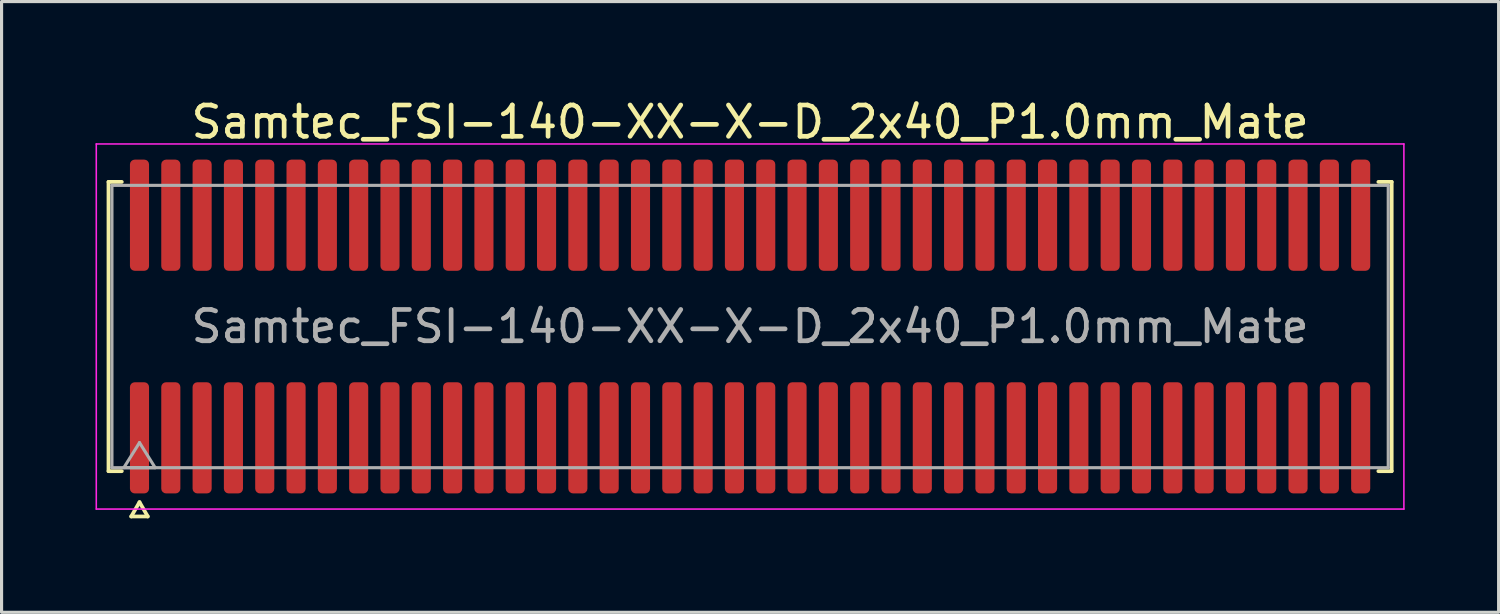
<source format=kicad_pcb>
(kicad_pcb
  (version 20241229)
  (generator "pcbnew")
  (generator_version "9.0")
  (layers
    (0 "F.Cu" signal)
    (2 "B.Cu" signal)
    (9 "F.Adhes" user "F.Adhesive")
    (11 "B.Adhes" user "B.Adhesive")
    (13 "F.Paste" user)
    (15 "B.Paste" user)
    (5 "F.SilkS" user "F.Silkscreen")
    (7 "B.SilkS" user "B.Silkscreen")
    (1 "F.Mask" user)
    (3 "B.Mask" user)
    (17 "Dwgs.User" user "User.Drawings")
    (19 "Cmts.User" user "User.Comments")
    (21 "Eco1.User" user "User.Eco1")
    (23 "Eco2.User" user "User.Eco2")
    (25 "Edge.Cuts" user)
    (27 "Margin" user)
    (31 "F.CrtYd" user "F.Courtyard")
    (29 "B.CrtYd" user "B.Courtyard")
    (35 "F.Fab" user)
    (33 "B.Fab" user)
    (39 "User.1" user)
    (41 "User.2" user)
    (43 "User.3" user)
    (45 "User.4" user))
  (footprint "Samtec_FSI-140-XX-X-D_2x40_P1.0mm_Mate"
    (layer "F.Cu")
    (at 20.905 7.378)
    (property "Reference" "Samtec_FSI-140-XX-X-D_2x40_P1.0mm_Mate" (at 0 -6.53 0) (layer "F.SilkS") (effects (font (size 1 1) (thickness 0.15))))
    (attr smd exclude_from_pos_files exclude_from_bom)
    (fp_line (start -20.49 -4.619) (end -20.065 -4.619) (stroke (width 0.12) (type solid)) (layer "F.SilkS"))
    (fp_line (start -20.49 4.619) (end -20.49 -4.619) (stroke (width 0.12) (type solid)) (layer "F.SilkS"))
    (fp_line (start -20.065 4.619) (end -20.49 4.619) (stroke (width 0.12) (type solid)) (layer "F.SilkS"))
    (fp_line (start -19.764 6.066) (end -19.5 5.609) (stroke (width 0.12) (type solid)) (layer "F.SilkS"))
    (fp_line (start -19.5 5.609) (end -19.236 6.066) (stroke (width 0.12) (type solid)) (layer "F.SilkS"))
    (fp_line (start -19.236 6.066) (end -19.764 6.066) (stroke (width 0.12) (type solid)) (layer "F.SilkS"))
    (fp_line (start 20.065 -4.619) (end 20.49 -4.619) (stroke (width 0.12) (type solid)) (layer "F.SilkS"))
    (fp_line (start 20.49 -4.619) (end 20.49 4.619) (stroke (width 0.12) (type solid)) (layer "F.SilkS"))
    (fp_line (start 20.49 4.619) (end 20.065 4.619) (stroke (width 0.12) (type solid)) (layer "F.SilkS"))
    (fp_line (start -20.88 -5.83) (end -20.88 5.83) (stroke (width 0.05) (type solid)) (layer "F.CrtYd"))
    (fp_line (start -20.88 5.83) (end 20.88 5.83) (stroke (width 0.05) (type solid)) (layer "F.CrtYd"))
    (fp_line (start 20.88 -5.83) (end -20.88 -5.83) (stroke (width 0.05) (type solid)) (layer "F.CrtYd"))
    (fp_line (start 20.88 5.83) (end 20.88 -5.83) (stroke (width 0.05) (type solid)) (layer "F.CrtYd"))
    (fp_line (start -20.38 -4.508) (end 20.38 -4.508) (stroke (width 0.1) (type solid)) (layer "F.Fab"))
    (fp_line (start -20.38 4.508) (end -20.38 -4.508) (stroke (width 0.1) (type solid)) (layer "F.Fab"))
    (fp_line (start -20 4.508) (end -19.5 3.708) (stroke (width 0.1) (type solid)) (layer "F.Fab"))
    (fp_line (start -19.5 3.708) (end -19 4.508) (stroke (width 0.1) (type solid)) (layer "F.Fab"))
    (fp_line (start -19 4.508) (end -20 4.508) (stroke (width 0.1) (type solid)) (layer "F.Fab"))
    (fp_line (start 20.38 -4.508) (end 20.38 4.508) (stroke (width 0.1) (type solid)) (layer "F.Fab"))
    (fp_line (start 20.38 4.508) (end -20.38 4.508) (stroke (width 0.1) (type solid)) (layer "F.Fab"))
    (fp_text user "${REFERENCE}" (at 0 0 0) (layer "F.Fab") (effects (font (size 1 1) (thickness 0.15))))
    (pad "1" smd roundrect (at -19.5 3.555) (size 0.61 3.55) (layers "F.Cu" "F.Mask") (roundrect_rratio 0.25))
    (pad "2" smd roundrect (at -19.5 -3.555) (size 0.61 3.55) (layers "F.Cu" "F.Mask") (roundrect_rratio 0.25))
    (pad "3" smd roundrect (at -18.5 3.555) (size 0.61 3.55) (layers "F.Cu" "F.Mask") (roundrect_rratio 0.25))
    (pad "4" smd roundrect (at -18.5 -3.555) (size 0.61 3.55) (layers "F.Cu" "F.Mask") (roundrect_rratio 0.25))
    (pad "5" smd roundrect (at -17.5 3.555) (size 0.61 3.55) (layers "F.Cu" "F.Mask") (roundrect_rratio 0.25))
    (pad "6" smd roundrect (at -17.5 -3.555) (size 0.61 3.55) (layers "F.Cu" "F.Mask") (roundrect_rratio 0.25))
    (pad "7" smd roundrect (at -16.5 3.555) (size 0.61 3.55) (layers "F.Cu" "F.Mask") (roundrect_rratio 0.25))
    (pad "8" smd roundrect (at -16.5 -3.555) (size 0.61 3.55) (layers "F.Cu" "F.Mask") (roundrect_rratio 0.25))
    (pad "9" smd roundrect (at -15.5 3.555) (size 0.61 3.55) (layers "F.Cu" "F.Mask") (roundrect_rratio 0.25))
    (pad "10" smd roundrect (at -15.5 -3.555) (size 0.61 3.55) (layers "F.Cu" "F.Mask") (roundrect_rratio 0.25))
    (pad "11" smd roundrect (at -14.5 3.555) (size 0.61 3.55) (layers "F.Cu" "F.Mask") (roundrect_rratio 0.25))
    (pad "12" smd roundrect (at -14.5 -3.555) (size 0.61 3.55) (layers "F.Cu" "F.Mask") (roundrect_rratio 0.25))
    (pad "13" smd roundrect (at -13.5 3.555) (size 0.61 3.55) (layers "F.Cu" "F.Mask") (roundrect_rratio 0.25))
    (pad "14" smd roundrect (at -13.5 -3.555) (size 0.61 3.55) (layers "F.Cu" "F.Mask") (roundrect_rratio 0.25))
    (pad "15" smd roundrect (at -12.5 3.555) (size 0.61 3.55) (layers "F.Cu" "F.Mask") (roundrect_rratio 0.25))
    (pad "16" smd roundrect (at -12.5 -3.555) (size 0.61 3.55) (layers "F.Cu" "F.Mask") (roundrect_rratio 0.25))
    (pad "17" smd roundrect (at -11.5 3.555) (size 0.61 3.55) (layers "F.Cu" "F.Mask") (roundrect_rratio 0.25))
    (pad "18" smd roundrect (at -11.5 -3.555) (size 0.61 3.55) (layers "F.Cu" "F.Mask") (roundrect_rratio 0.25))
    (pad "19" smd roundrect (at -10.5 3.555) (size 0.61 3.55) (layers "F.Cu" "F.Mask") (roundrect_rratio 0.25))
    (pad "20" smd roundrect (at -10.5 -3.555) (size 0.61 3.55) (layers "F.Cu" "F.Mask") (roundrect_rratio 0.25))
    (pad "21" smd roundrect (at -9.5 3.555) (size 0.61 3.55) (layers "F.Cu" "F.Mask") (roundrect_rratio 0.25))
    (pad "22" smd roundrect (at -9.5 -3.555) (size 0.61 3.55) (layers "F.Cu" "F.Mask") (roundrect_rratio 0.25))
    (pad "23" smd roundrect (at -8.5 3.555) (size 0.61 3.55) (layers "F.Cu" "F.Mask") (roundrect_rratio 0.25))
    (pad "24" smd roundrect (at -8.5 -3.555) (size 0.61 3.55) (layers "F.Cu" "F.Mask") (roundrect_rratio 0.25))
    (pad "25" smd roundrect (at -7.5 3.555) (size 0.61 3.55) (layers "F.Cu" "F.Mask") (roundrect_rratio 0.25))
    (pad "26" smd roundrect (at -7.5 -3.555) (size 0.61 3.55) (layers "F.Cu" "F.Mask") (roundrect_rratio 0.25))
    (pad "27" smd roundrect (at -6.5 3.555) (size 0.61 3.55) (layers "F.Cu" "F.Mask") (roundrect_rratio 0.25))
    (pad "28" smd roundrect (at -6.5 -3.555) (size 0.61 3.55) (layers "F.Cu" "F.Mask") (roundrect_rratio 0.25))
    (pad "29" smd roundrect (at -5.5 3.555) (size 0.61 3.55) (layers "F.Cu" "F.Mask") (roundrect_rratio 0.25))
    (pad "30" smd roundrect (at -5.5 -3.555) (size 0.61 3.55) (layers "F.Cu" "F.Mask") (roundrect_rratio 0.25))
    (pad "31" smd roundrect (at -4.5 3.555) (size 0.61 3.55) (layers "F.Cu" "F.Mask") (roundrect_rratio 0.25))
    (pad "32" smd roundrect (at -4.5 -3.555) (size 0.61 3.55) (layers "F.Cu" "F.Mask") (roundrect_rratio 0.25))
    (pad "33" smd roundrect (at -3.5 3.555) (size 0.61 3.55) (layers "F.Cu" "F.Mask") (roundrect_rratio 0.25))
    (pad "34" smd roundrect (at -3.5 -3.555) (size 0.61 3.55) (layers "F.Cu" "F.Mask") (roundrect_rratio 0.25))
    (pad "35" smd roundrect (at -2.5 3.555) (size 0.61 3.55) (layers "F.Cu" "F.Mask") (roundrect_rratio 0.25))
    (pad "36" smd roundrect (at -2.5 -3.555) (size 0.61 3.55) (layers "F.Cu" "F.Mask") (roundrect_rratio 0.25))
    (pad "37" smd roundrect (at -1.5 3.555) (size 0.61 3.55) (layers "F.Cu" "F.Mask") (roundrect_rratio 0.25))
    (pad "38" smd roundrect (at -1.5 -3.555) (size 0.61 3.55) (layers "F.Cu" "F.Mask") (roundrect_rratio 0.25))
    (pad "39" smd roundrect (at -0.5 3.555) (size 0.61 3.55) (layers "F.Cu" "F.Mask") (roundrect_rratio 0.25))
    (pad "40" smd roundrect (at -0.5 -3.555) (size 0.61 3.55) (layers "F.Cu" "F.Mask") (roundrect_rratio 0.25))
    (pad "41" smd roundrect (at 0.5 3.555) (size 0.61 3.55) (layers "F.Cu" "F.Mask") (roundrect_rratio 0.25))
    (pad "42" smd roundrect (at 0.5 -3.555) (size 0.61 3.55) (layers "F.Cu" "F.Mask") (roundrect_rratio 0.25))
    (pad "43" smd roundrect (at 1.5 3.555) (size 0.61 3.55) (layers "F.Cu" "F.Mask") (roundrect_rratio 0.25))
    (pad "44" smd roundrect (at 1.5 -3.555) (size 0.61 3.55) (layers "F.Cu" "F.Mask") (roundrect_rratio 0.25))
    (pad "45" smd roundrect (at 2.5 3.555) (size 0.61 3.55) (layers "F.Cu" "F.Mask") (roundrect_rratio 0.25))
    (pad "46" smd roundrect (at 2.5 -3.555) (size 0.61 3.55) (layers "F.Cu" "F.Mask") (roundrect_rratio 0.25))
    (pad "47" smd roundrect (at 3.5 3.555) (size 0.61 3.55) (layers "F.Cu" "F.Mask") (roundrect_rratio 0.25))
    (pad "48" smd roundrect (at 3.5 -3.555) (size 0.61 3.55) (layers "F.Cu" "F.Mask") (roundrect_rratio 0.25))
    (pad "49" smd roundrect (at 4.5 3.555) (size 0.61 3.55) (layers "F.Cu" "F.Mask") (roundrect_rratio 0.25))
    (pad "50" smd roundrect (at 4.5 -3.555) (size 0.61 3.55) (layers "F.Cu" "F.Mask") (roundrect_rratio 0.25))
    (pad "51" smd roundrect (at 5.5 3.555) (size 0.61 3.55) (layers "F.Cu" "F.Mask") (roundrect_rratio 0.25))
    (pad "52" smd roundrect (at 5.5 -3.555) (size 0.61 3.55) (layers "F.Cu" "F.Mask") (roundrect_rratio 0.25))
    (pad "53" smd roundrect (at 6.5 3.555) (size 0.61 3.55) (layers "F.Cu" "F.Mask") (roundrect_rratio 0.25))
    (pad "54" smd roundrect (at 6.5 -3.555) (size 0.61 3.55) (layers "F.Cu" "F.Mask") (roundrect_rratio 0.25))
    (pad "55" smd roundrect (at 7.5 3.555) (size 0.61 3.55) (layers "F.Cu" "F.Mask") (roundrect_rratio 0.25))
    (pad "56" smd roundrect (at 7.5 -3.555) (size 0.61 3.55) (layers "F.Cu" "F.Mask") (roundrect_rratio 0.25))
    (pad "57" smd roundrect (at 8.5 3.555) (size 0.61 3.55) (layers "F.Cu" "F.Mask") (roundrect_rratio 0.25))
    (pad "58" smd roundrect (at 8.5 -3.555) (size 0.61 3.55) (layers "F.Cu" "F.Mask") (roundrect_rratio 0.25))
    (pad "59" smd roundrect (at 9.5 3.555) (size 0.61 3.55) (layers "F.Cu" "F.Mask") (roundrect_rratio 0.25))
    (pad "60" smd roundrect (at 9.5 -3.555) (size 0.61 3.55) (layers "F.Cu" "F.Mask") (roundrect_rratio 0.25))
    (pad "61" smd roundrect (at 10.5 3.555) (size 0.61 3.55) (layers "F.Cu" "F.Mask") (roundrect_rratio 0.25))
    (pad "62" smd roundrect (at 10.5 -3.555) (size 0.61 3.55) (layers "F.Cu" "F.Mask") (roundrect_rratio 0.25))
    (pad "63" smd roundrect (at 11.5 3.555) (size 0.61 3.55) (layers "F.Cu" "F.Mask") (roundrect_rratio 0.25))
    (pad "64" smd roundrect (at 11.5 -3.555) (size 0.61 3.55) (layers "F.Cu" "F.Mask") (roundrect_rratio 0.25))
    (pad "65" smd roundrect (at 12.5 3.555) (size 0.61 3.55) (layers "F.Cu" "F.Mask") (roundrect_rratio 0.25))
    (pad "66" smd roundrect (at 12.5 -3.555) (size 0.61 3.55) (layers "F.Cu" "F.Mask") (roundrect_rratio 0.25))
    (pad "67" smd roundrect (at 13.5 3.555) (size 0.61 3.55) (layers "F.Cu" "F.Mask") (roundrect_rratio 0.25))
    (pad "68" smd roundrect (at 13.5 -3.555) (size 0.61 3.55) (layers "F.Cu" "F.Mask") (roundrect_rratio 0.25))
    (pad "69" smd roundrect (at 14.5 3.555) (size 0.61 3.55) (layers "F.Cu" "F.Mask") (roundrect_rratio 0.25))
    (pad "70" smd roundrect (at 14.5 -3.555) (size 0.61 3.55) (layers "F.Cu" "F.Mask") (roundrect_rratio 0.25))
    (pad "71" smd roundrect (at 15.5 3.555) (size 0.61 3.55) (layers "F.Cu" "F.Mask") (roundrect_rratio 0.25))
    (pad "72" smd roundrect (at 15.5 -3.555) (size 0.61 3.55) (layers "F.Cu" "F.Mask") (roundrect_rratio 0.25))
    (pad "73" smd roundrect (at 16.5 3.555) (size 0.61 3.55) (layers "F.Cu" "F.Mask") (roundrect_rratio 0.25))
    (pad "74" smd roundrect (at 16.5 -3.555) (size 0.61 3.55) (layers "F.Cu" "F.Mask") (roundrect_rratio 0.25))
    (pad "75" smd roundrect (at 17.5 3.555) (size 0.61 3.55) (layers "F.Cu" "F.Mask") (roundrect_rratio 0.25))
    (pad "76" smd roundrect (at 17.5 -3.555) (size 0.61 3.55) (layers "F.Cu" "F.Mask") (roundrect_rratio 0.25))
    (pad "77" smd roundrect (at 18.5 3.555) (size 0.61 3.55) (layers "F.Cu" "F.Mask") (roundrect_rratio 0.25))
    (pad "78" smd roundrect (at 18.5 -3.555) (size 0.61 3.55) (layers "F.Cu" "F.Mask") (roundrect_rratio 0.25))
    (pad "79" smd roundrect (at 19.5 3.555) (size 0.61 3.55) (layers "F.Cu" "F.Mask") (roundrect_rratio 0.25))
    (pad "80" smd roundrect (at 19.5 -3.555) (size 0.61 3.55) (layers "F.Cu" "F.Mask") (roundrect_rratio 0.25)))
  (gr_rect
    (start -3 -3)
    (end 44.81 16.504)
    (stroke (width 0.1) (type default))
    (fill no)
    (layer "Edge.Cuts")))
</source>
